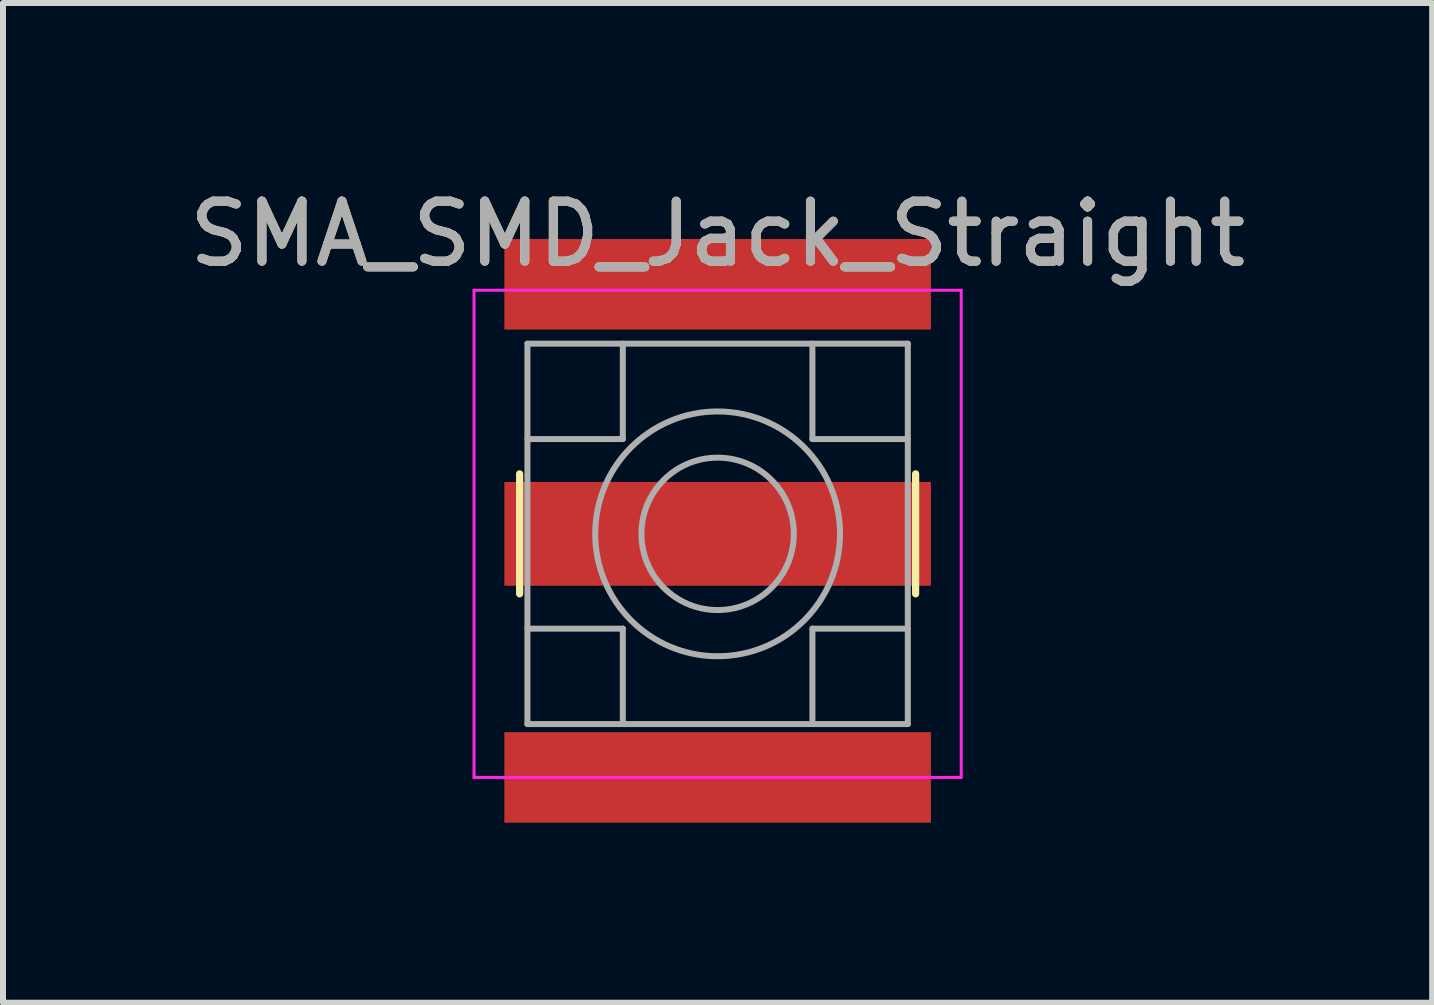
<source format=kicad_pcb>
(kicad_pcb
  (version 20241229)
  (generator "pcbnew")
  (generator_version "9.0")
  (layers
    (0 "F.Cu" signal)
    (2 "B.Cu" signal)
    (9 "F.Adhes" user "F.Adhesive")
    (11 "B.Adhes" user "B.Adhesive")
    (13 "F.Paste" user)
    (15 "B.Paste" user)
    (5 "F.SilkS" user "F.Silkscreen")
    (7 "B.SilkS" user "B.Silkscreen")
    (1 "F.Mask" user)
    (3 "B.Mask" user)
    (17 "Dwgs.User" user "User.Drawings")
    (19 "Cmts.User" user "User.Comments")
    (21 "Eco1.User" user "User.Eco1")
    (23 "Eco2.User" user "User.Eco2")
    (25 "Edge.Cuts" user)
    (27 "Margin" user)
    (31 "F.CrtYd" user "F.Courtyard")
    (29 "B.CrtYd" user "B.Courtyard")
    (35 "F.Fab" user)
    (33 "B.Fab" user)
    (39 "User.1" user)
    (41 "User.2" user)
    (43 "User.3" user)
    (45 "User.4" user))
  (footprint "SMA_SMD_Jack_Straight"
    (layer "F.Cu")
    (at 8.911 5.848)
    (property "Reference" "SMA_SMD_Jack_Straight" (at 0 -5 0) (layer "F.SilkS") (effects (font (size 1 1) (thickness 0.15))))
    (attr smd)
    (fp_line (start -3.3 -1) (end -3.3 1) (stroke (width 0.12) (type solid)) (layer "F.SilkS"))
    (fp_line (start 3.3 -1) (end 3.3 1) (stroke (width 0.12) (type solid)) (layer "F.SilkS"))
    (fp_line (start -4.06 -4.06) (end -4.06 4.06) (stroke (width 0.05) (type solid)) (layer "F.CrtYd"))
    (fp_line (start -4.06 -4.06) (end 4.06 -4.06) (stroke (width 0.05) (type solid)) (layer "F.CrtYd"))
    (fp_line (start 4.06 4.06) (end -4.06 4.06) (stroke (width 0.05) (type solid)) (layer "F.CrtYd"))
    (fp_line (start 4.06 4.06) (end 4.06 -4.06) (stroke (width 0.05) (type solid)) (layer "F.CrtYd"))
    (fp_line (start -3.17 -3.17) (end -3.17 3.17) (stroke (width 0.1) (type solid)) (layer "F.Fab"))
    (fp_line (start -3.17 -3.17) (end 3.17 -3.17) (stroke (width 0.1) (type solid)) (layer "F.Fab"))
    (fp_line (start -3.17 -1.58) (end -1.58 -1.58) (stroke (width 0.1) (type solid)) (layer "F.Fab"))
    (fp_line (start -3.17 1.58) (end -1.58 1.58) (stroke (width 0.1) (type solid)) (layer "F.Fab"))
    (fp_line (start -3.17 3.17) (end 3.17 3.17) (stroke (width 0.1) (type solid)) (layer "F.Fab"))
    (fp_line (start -1.58 -3.17) (end -1.58 -1.58) (stroke (width 0.1) (type solid)) (layer "F.Fab"))
    (fp_line (start -1.58 1.58) (end -1.58 3.17) (stroke (width 0.1) (type solid)) (layer "F.Fab"))
    (fp_line (start 1.58 -3.17) (end 1.58 -1.58) (stroke (width 0.1) (type solid)) (layer "F.Fab"))
    (fp_line (start 1.58 -1.58) (end 3.17 -1.58) (stroke (width 0.1) (type solid)) (layer "F.Fab"))
    (fp_line (start 1.58 1.58) (end 1.58 3.17) (stroke (width 0.1) (type solid)) (layer "F.Fab"))
    (fp_line (start 3.17 -3.17) (end 3.17 3.17) (stroke (width 0.1) (type solid)) (layer "F.Fab"))
    (fp_line (start 3.17 1.58) (end 1.58 1.58) (stroke (width 0.1) (type solid)) (layer "F.Fab"))
    (fp_circle (center 0 0) (end 1.27 0) (stroke (width 0.1) (type solid)) (fill no) (layer "F.Fab"))
    (fp_circle (center 0 0) (end 2.04 0) (stroke (width 0.1) (type solid)) (fill no) (layer "F.Fab"))
    (fp_text user "${REFERENCE}" (at 0 -5 0) (layer "F.Fab") (effects (font (size 1 1) (thickness 0.15))))
    (pad "1" smd rect (at 0 0 90) (size 1.73 7.11) (layers "F.Cu" "F.Mask" "F.Paste"))
    (pad "2" smd rect (at 0 -4.16 90) (size 1.51 7.11) (layers "F.Cu" "F.Mask" "F.Paste"))
    (pad "2" smd rect (at 0 4.06 90) (size 1.51 7.11) (layers "F.Cu" "F.Mask" "F.Paste")))
  (gr_rect
    (start -3 -3)
    (end 20.821 13.663)
    (stroke (width 0.1) (type default))
    (fill no)
    (layer "Edge.Cuts")))
</source>
